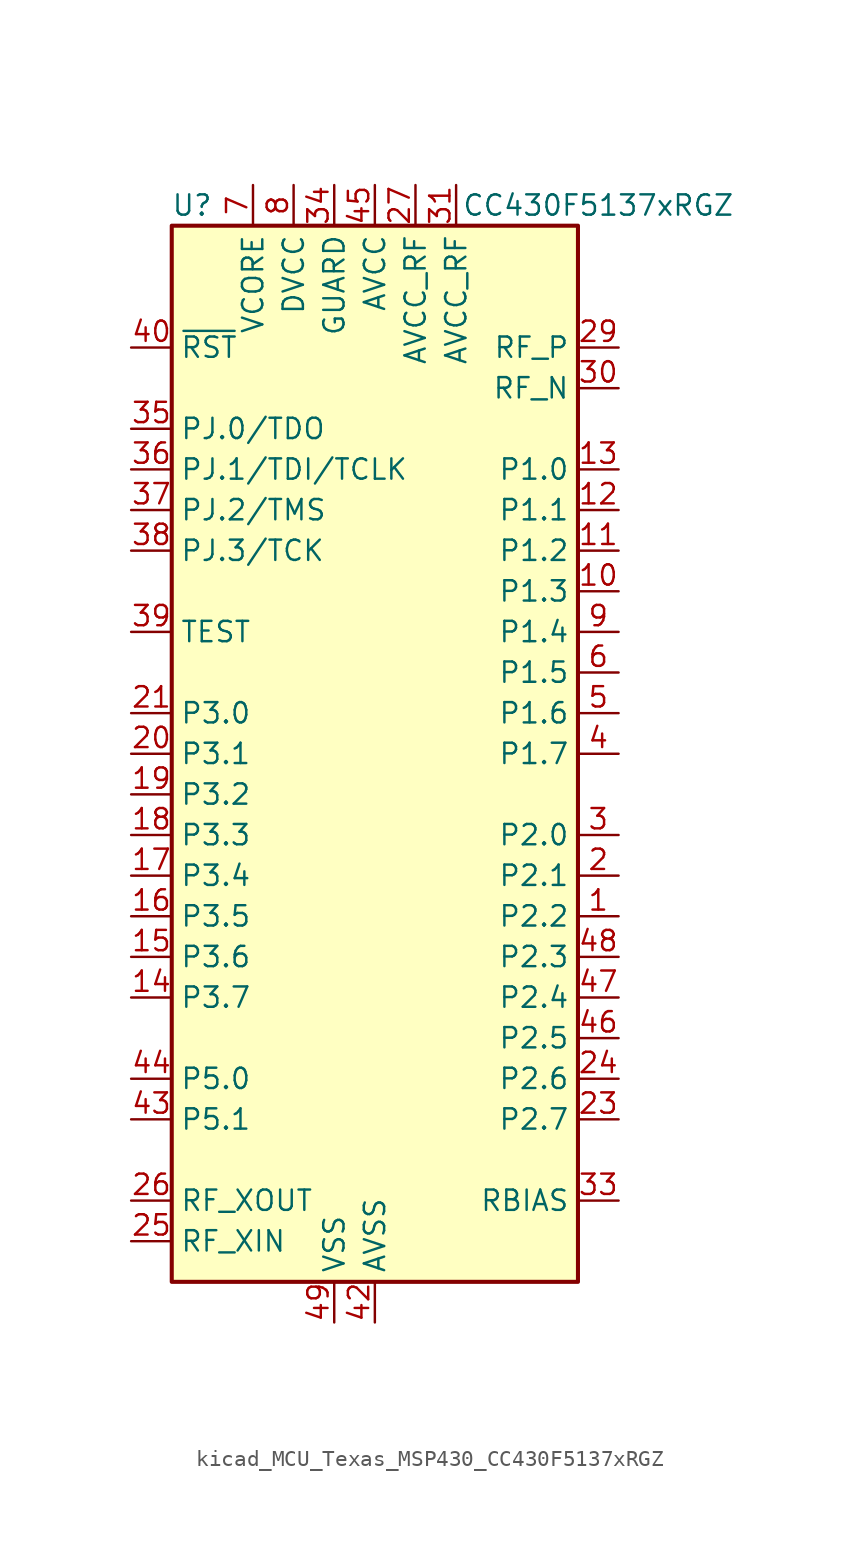
<source format=kicad_sym>
(kicad_symbol_lib
  (version 20220914)
  (generator kicad_symbol_editor)
  (symbol "kicad_MCU_Texas_MSP430_CC430F5137xRGZ"
    (property "Reference" "U"
      (at -11.43 34.29 0)
      (effects (font (size 1.27 1.27))))
    (property "Value" "CC430F5137xRGZ"
      (at 13.97 34.29 0)
      (effects (font (size 1.27 1.27))))
    (symbol "kicad_MCU_Texas_MSP430_CC430F5137xRGZ_0_1"
      (rectangle (start -12.7 33.02) (end 12.7 -33.02) (stroke (width 0.254) (type default)) (fill (type background))))
    (symbol "kicad_MCU_Texas_MSP430_CC430F5137xRGZ_1_1"
      (pin bidirectional line (at 15.24 -10.16 180) (length 2.54) (name "P2.2" (effects (font (size 1.27 1.27)))) (number "1" (effects (font (size 1.27 1.27)))))
      (pin bidirectional line (at 15.24 10.16 180) (length 2.54) (name "P1.3" (effects (font (size 1.27 1.27)))) (number "10" (effects (font (size 1.27 1.27)))))
      (pin bidirectional line (at 15.24 12.7 180) (length 2.54) (name "P1.2" (effects (font (size 1.27 1.27)))) (number "11" (effects (font (size 1.27 1.27)))))
      (pin bidirectional line (at 15.24 15.24 180) (length 2.54) (name "P1.1" (effects (font (size 1.27 1.27)))) (number "12" (effects (font (size 1.27 1.27)))))
      (pin bidirectional line (at 15.24 17.78 180) (length 2.54) (name "P1.0" (effects (font (size 1.27 1.27)))) (number "13" (effects (font (size 1.27 1.27)))))
      (pin bidirectional line (at -15.24 -15.24 0) (length 2.54) (name "P3.7" (effects (font (size 1.27 1.27)))) (number "14" (effects (font (size 1.27 1.27)))))
      (pin bidirectional line (at -15.24 -12.7 0) (length 2.54) (name "P3.6" (effects (font (size 1.27 1.27)))) (number "15" (effects (font (size 1.27 1.27)))))
      (pin bidirectional line (at -15.24 -10.16 0) (length 2.54) (name "P3.5" (effects (font (size 1.27 1.27)))) (number "16" (effects (font (size 1.27 1.27)))))
      (pin bidirectional line (at -15.24 -7.62 0) (length 2.54) (name "P3.4" (effects (font (size 1.27 1.27)))) (number "17" (effects (font (size 1.27 1.27)))))
      (pin bidirectional line (at -15.24 -5.08 0) (length 2.54) (name "P3.3" (effects (font (size 1.27 1.27)))) (number "18" (effects (font (size 1.27 1.27)))))
      (pin bidirectional line (at -15.24 -2.54 0) (length 2.54) (name "P3.2" (effects (font (size 1.27 1.27)))) (number "19" (effects (font (size 1.27 1.27)))))
      (pin bidirectional line (at 15.24 -7.62 180) (length 2.54) (name "P2.1" (effects (font (size 1.27 1.27)))) (number "2" (effects (font (size 1.27 1.27)))))
      (pin bidirectional line (at -15.24 0 0) (length 2.54) (name "P3.1" (effects (font (size 1.27 1.27)))) (number "20" (effects (font (size 1.27 1.27)))))
      (pin bidirectional line (at -15.24 2.54 0) (length 2.54) (name "P3.0" (effects (font (size 1.27 1.27)))) (number "21" (effects (font (size 1.27 1.27)))))
      (pin passive line (at -5.08 35.56 270) (length 2.54) hide (name "DVCC" (effects (font (size 1.27 1.27)))) (number "22" (effects (font (size 1.27 1.27)))))
      (pin bidirectional line (at 15.24 -22.86 180) (length 2.54) (name "P2.7" (effects (font (size 1.27 1.27)))) (number "23" (effects (font (size 1.27 1.27)))))
      (pin bidirectional line (at 15.24 -20.32 180) (length 2.54) (name "P2.6" (effects (font (size 1.27 1.27)))) (number "24" (effects (font (size 1.27 1.27)))))
      (pin input line (at -15.24 -30.48 0) (length 2.54) (name "RF_XIN" (effects (font (size 1.27 1.27)))) (number "25" (effects (font (size 1.27 1.27)))))
      (pin output line (at -15.24 -27.94 0) (length 2.54) (name "RF_XOUT" (effects (font (size 1.27 1.27)))) (number "26" (effects (font (size 1.27 1.27)))))
      (pin power_in line (at 2.54 35.56 270) (length 2.54) (name "AVCC_RF" (effects (font (size 1.27 1.27)))) (number "27" (effects (font (size 1.27 1.27)))))
      (pin passive line (at 2.54 35.56 270) (length 2.54) hide (name "AVCC_RF" (effects (font (size 1.27 1.27)))) (number "28" (effects (font (size 1.27 1.27)))))
      (pin passive line (at 15.24 25.4 180) (length 2.54) (name "RF_P" (effects (font (size 1.27 1.27)))) (number "29" (effects (font (size 1.27 1.27)))))
      (pin bidirectional line (at 15.24 -5.08 180) (length 2.54) (name "P2.0" (effects (font (size 1.27 1.27)))) (number "3" (effects (font (size 1.27 1.27)))))
      (pin passive line (at 15.24 22.86 180) (length 2.54) (name "RF_N" (effects (font (size 1.27 1.27)))) (number "30" (effects (font (size 1.27 1.27)))))
      (pin power_in line (at 5.08 35.56 270) (length 2.54) (name "AVCC_RF" (effects (font (size 1.27 1.27)))) (number "31" (effects (font (size 1.27 1.27)))))
      (pin passive line (at 5.08 35.56 270) (length 2.54) hide (name "AVCC_RF" (effects (font (size 1.27 1.27)))) (number "32" (effects (font (size 1.27 1.27)))))
      (pin passive line (at 15.24 -27.94 180) (length 2.54) (name "RBIAS" (effects (font (size 1.27 1.27)))) (number "33" (effects (font (size 1.27 1.27)))))
      (pin power_in line (at -2.54 35.56 270) (length 2.54) (name "GUARD" (effects (font (size 1.27 1.27)))) (number "34" (effects (font (size 1.27 1.27)))))
      (pin bidirectional line (at -15.24 20.32 0) (length 2.54) (name "PJ.0/TDO" (effects (font (size 1.27 1.27)))) (number "35" (effects (font (size 1.27 1.27)))))
      (pin bidirectional line (at -15.24 17.78 0) (length 2.54) (name "PJ.1/TDI/TCLK" (effects (font (size 1.27 1.27)))) (number "36" (effects (font (size 1.27 1.27)))))
      (pin bidirectional line (at -15.24 15.24 0) (length 2.54) (name "PJ.2/TMS" (effects (font (size 1.27 1.27)))) (number "37" (effects (font (size 1.27 1.27)))))
      (pin bidirectional line (at -15.24 12.7 0) (length 2.54) (name "PJ.3/TCK" (effects (font (size 1.27 1.27)))) (number "38" (effects (font (size 1.27 1.27)))))
      (pin bidirectional line (at -15.24 7.62 0) (length 2.54) (name "TEST" (effects (font (size 1.27 1.27)))) (number "39" (effects (font (size 1.27 1.27)))))
      (pin bidirectional line (at 15.24 0 180) (length 2.54) (name "P1.7" (effects (font (size 1.27 1.27)))) (number "4" (effects (font (size 1.27 1.27)))))
      (pin input line (at -15.24 25.4 0) (length 2.54) (name "~{RST}" (effects (font (size 1.27 1.27)))) (number "40" (effects (font (size 1.27 1.27)))))
      (pin passive line (at -5.08 35.56 270) (length 2.54) hide (name "DVCC" (effects (font (size 1.27 1.27)))) (number "41" (effects (font (size 1.27 1.27)))))
      (pin power_in line (at 0 -35.56 90) (length 2.54) (name "AVSS" (effects (font (size 1.27 1.27)))) (number "42" (effects (font (size 1.27 1.27)))))
      (pin bidirectional line (at -15.24 -22.86 0) (length 2.54) (name "P5.1" (effects (font (size 1.27 1.27)))) (number "43" (effects (font (size 1.27 1.27)))))
      (pin bidirectional line (at -15.24 -20.32 0) (length 2.54) (name "P5.0" (effects (font (size 1.27 1.27)))) (number "44" (effects (font (size 1.27 1.27)))))
      (pin power_in line (at 0 35.56 270) (length 2.54) (name "AVCC" (effects (font (size 1.27 1.27)))) (number "45" (effects (font (size 1.27 1.27)))))
      (pin bidirectional line (at 15.24 -17.78 180) (length 2.54) (name "P2.5" (effects (font (size 1.27 1.27)))) (number "46" (effects (font (size 1.27 1.27)))))
      (pin bidirectional line (at 15.24 -15.24 180) (length 2.54) (name "P2.4" (effects (font (size 1.27 1.27)))) (number "47" (effects (font (size 1.27 1.27)))))
      (pin bidirectional line (at 15.24 -12.7 180) (length 2.54) (name "P2.3" (effects (font (size 1.27 1.27)))) (number "48" (effects (font (size 1.27 1.27)))))
      (pin power_in line (at -2.54 -35.56 90) (length 2.54) (name "VSS" (effects (font (size 1.27 1.27)))) (number "49" (effects (font (size 1.27 1.27)))))
      (pin bidirectional line (at 15.24 2.54 180) (length 2.54) (name "P1.6" (effects (font (size 1.27 1.27)))) (number "5" (effects (font (size 1.27 1.27)))))
      (pin bidirectional line (at 15.24 5.08 180) (length 2.54) (name "P1.5" (effects (font (size 1.27 1.27)))) (number "6" (effects (font (size 1.27 1.27)))))
      (pin power_in line (at -7.62 35.56 270) (length 2.54) (name "VCORE" (effects (font (size 1.27 1.27)))) (number "7" (effects (font (size 1.27 1.27)))))
      (pin power_in line (at -5.08 35.56 270) (length 2.54) (name "DVCC" (effects (font (size 1.27 1.27)))) (number "8" (effects (font (size 1.27 1.27)))))
      (pin bidirectional line (at 15.24 7.62 180) (length 2.54) (name "P1.4" (effects (font (size 1.27 1.27)))) (number "9" (effects (font (size 1.27 1.27))))))))
</source>
